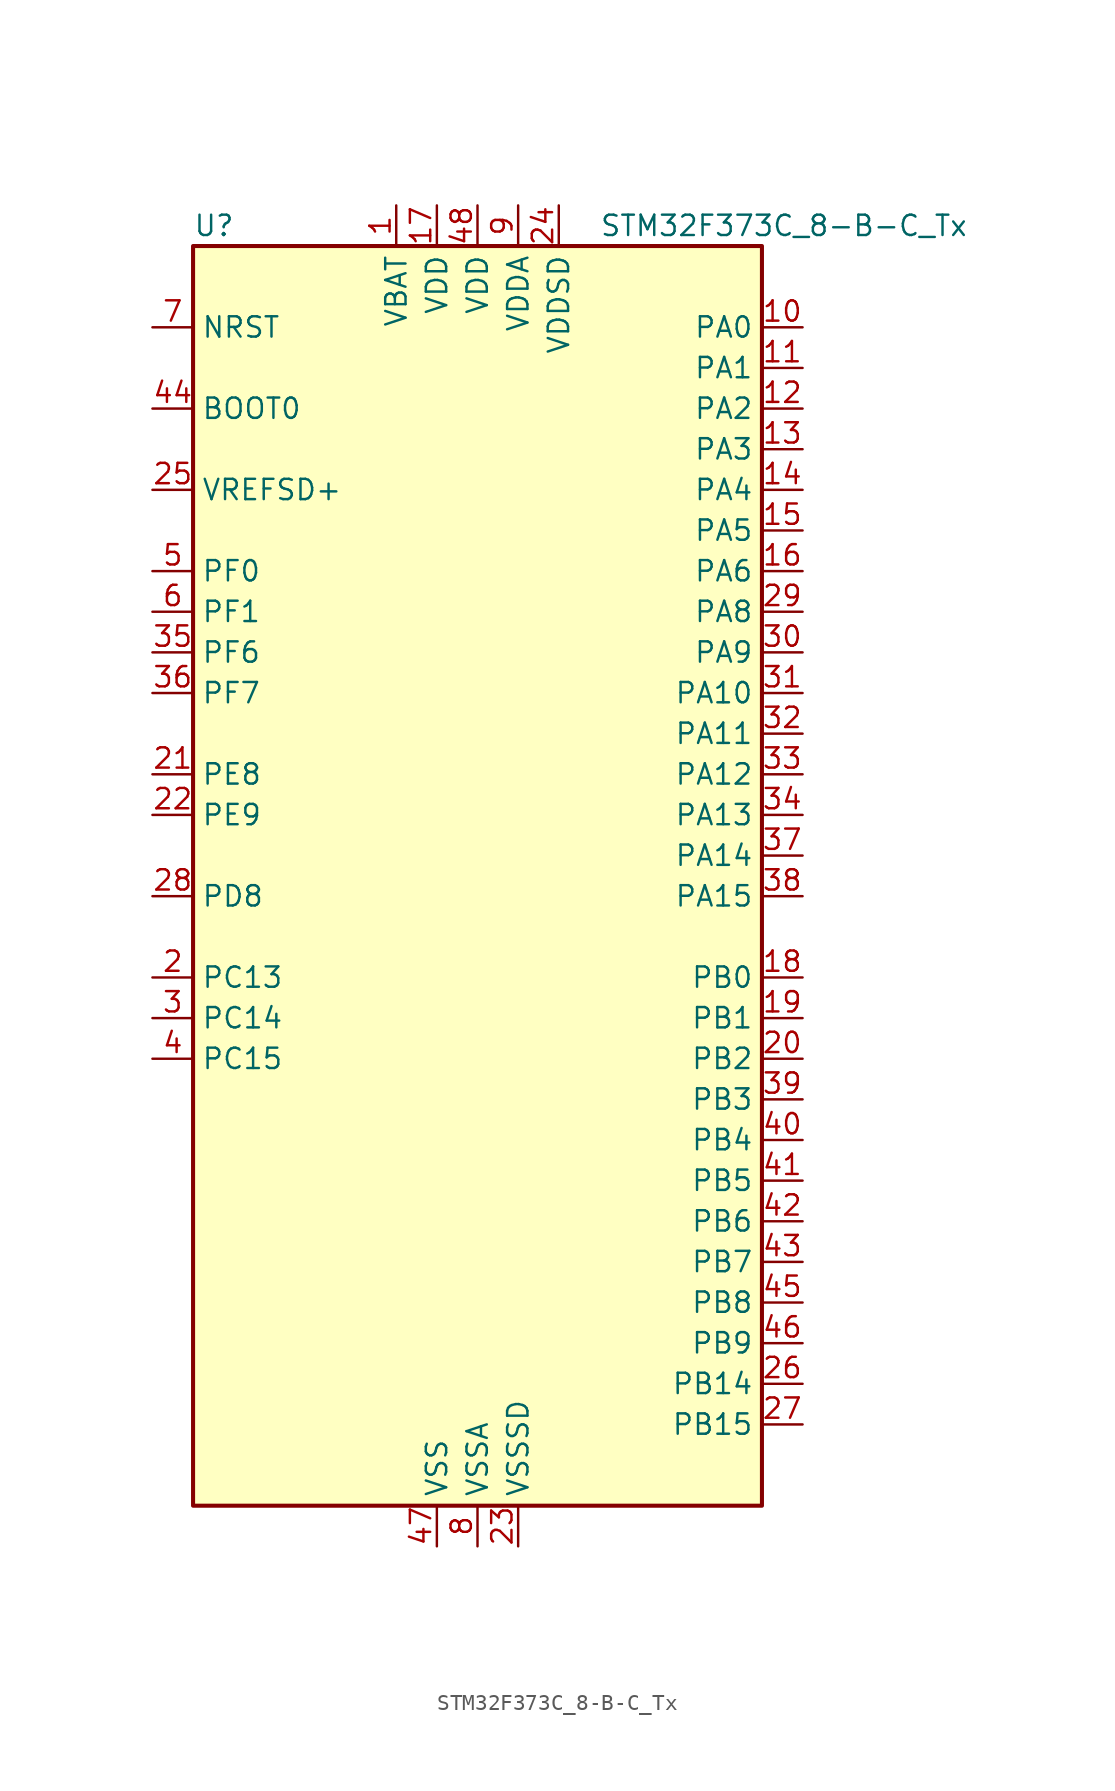
<source format=kicad_sym>
(kicad_symbol_lib
  (version 20241209)
  (generator "kicad_symbol_editor")
  (generator_version "9.0")
  (symbol "STM32F373C_8-B-C_Tx"
    (property "Reference" "U"
      (at -17.78 41.91 0)
      (effects (font (size 1.27 1.27)) (justify left)))
    (property "Value" "STM32F373C_8-B-C_Tx"
      (at 7.62 41.91 0)
      (effects (font (size 1.27 1.27)) (justify left)))
    (symbol "STM32F373C_8-B-C_Tx_0_1"
      (rectangle (start -17.78 -38.1) (end 17.78 40.64) (stroke (width 0.254) (type default)) (fill (type background))))
    (symbol "STM32F373C_8-B-C_Tx_1_1"
      (pin input line (at -20.32 35.56 0) (length 2.54) (name "NRST" (effects (font (size 1.27 1.27)))) (number "7" (effects (font (size 1.27 1.27)))))
      (pin input line (at -20.32 30.48 0) (length 2.54) (name "BOOT0" (effects (font (size 1.27 1.27)))) (number "44" (effects (font (size 1.27 1.27)))))
      (pin input line (at -20.32 25.4 0) (length 2.54) (name "VREFSD+" (effects (font (size 1.27 1.27)))) (number "25" (effects (font (size 1.27 1.27)))))
      (pin bidirectional line (at -20.32 20.32 0) (length 2.54) (name "PF0" (effects (font (size 1.27 1.27)))) (number "5" (effects (font (size 1.27 1.27)))) (alternate "I2C2_SDA" bidirectional line) (alternate "RCC_OSC_IN" bidirectional line))
      (pin bidirectional line (at -20.32 17.78 0) (length 2.54) (name "PF1" (effects (font (size 1.27 1.27)))) (number "6" (effects (font (size 1.27 1.27)))) (alternate "I2C2_SCL" bidirectional line) (alternate "RCC_OSC_OUT" bidirectional line))
      (pin bidirectional line (at -20.32 15.24 0) (length 2.54) (name "PF6" (effects (font (size 1.27 1.27)))) (number "35" (effects (font (size 1.27 1.27)))) (alternate "I2C2_SCL" bidirectional line) (alternate "I2S1_SD" bidirectional line) (alternate "SPI1_MOSI" bidirectional line) (alternate "TIM4_CH4" bidirectional line) (alternate "USART3_DE" bidirectional line) (alternate "USART3_RTS" bidirectional line))
      (pin bidirectional line (at -20.32 12.7 0) (length 2.54) (name "PF7" (effects (font (size 1.27 1.27)))) (number "36" (effects (font (size 1.27 1.27)))) (alternate "I2C2_SDA" bidirectional line) (alternate "USART2_CK" bidirectional line))
      (pin bidirectional line (at -20.32 7.62 0) (length 2.54) (name "PE8" (effects (font (size 1.27 1.27)))) (number "21" (effects (font (size 1.27 1.27)))) (alternate "SDADC1_AIN8P" bidirectional line) (alternate "SDADC2_AIN8P" bidirectional line))
      (pin bidirectional line (at -20.32 5.08 0) (length 2.54) (name "PE9" (effects (font (size 1.27 1.27)))) (number "22" (effects (font (size 1.27 1.27)))) (alternate "DAC1_EXTI9" bidirectional line) (alternate "DAC2_EXTI9" bidirectional line) (alternate "SDADC1_AIN7P" bidirectional line) (alternate "SDADC1_AIN8M" bidirectional line) (alternate "SDADC2_AIN7P" bidirectional line) (alternate "SDADC2_AIN8M" bidirectional line))
      (pin bidirectional line (at -20.32 0 0) (length 2.54) (name "PD8" (effects (font (size 1.27 1.27)))) (number "28" (effects (font (size 1.27 1.27)))) (alternate "I2S2_CK" bidirectional line) (alternate "SDADC3_AIN6P" bidirectional line) (alternate "SPI2_SCK" bidirectional line) (alternate "TSC_G6_IO3" bidirectional line) (alternate "USART3_TX" bidirectional line))
      (pin bidirectional line (at -20.32 -5.08 0) (length 2.54) (name "PC13" (effects (font (size 1.27 1.27)))) (number "2" (effects (font (size 1.27 1.27)))) (alternate "RTC_OUT_ALARM" bidirectional line) (alternate "RTC_OUT_CALIB" bidirectional line) (alternate "RTC_TAMP1" bidirectional line) (alternate "RTC_TS" bidirectional line) (alternate "SYS_WKUP2" bidirectional line))
      (pin bidirectional line (at -20.32 -7.62 0) (length 2.54) (name "PC14" (effects (font (size 1.27 1.27)))) (number "3" (effects (font (size 1.27 1.27)))) (alternate "RCC_OSC32_IN" bidirectional line))
      (pin bidirectional line (at -20.32 -10.16 0) (length 2.54) (name "PC15" (effects (font (size 1.27 1.27)))) (number "4" (effects (font (size 1.27 1.27)))) (alternate "ADC1_EXTI15" bidirectional line) (alternate "RCC_OSC32_OUT" bidirectional line) (alternate "SDADC1_EXTI15" bidirectional line) (alternate "SDADC2_EXTI15" bidirectional line) (alternate "SDADC3_EXTI15" bidirectional line))
      (pin power_in line (at -5.08 43.18 270) (length 2.54) (name "VBAT" (effects (font (size 1.27 1.27)))) (number "1" (effects (font (size 1.27 1.27)))))
      (pin power_in line (at -2.54 43.18 270) (length 2.54) (name "VDD" (effects (font (size 1.27 1.27)))) (number "17" (effects (font (size 1.27 1.27)))))
      (pin power_in line (at -2.54 -40.64 90) (length 2.54) (name "VSS" (effects (font (size 1.27 1.27)))) (number "47" (effects (font (size 1.27 1.27)))))
      (pin power_in line (at 0 43.18 270) (length 2.54) (name "VDD" (effects (font (size 1.27 1.27)))) (number "48" (effects (font (size 1.27 1.27)))))
      (pin power_in line (at 0 -40.64 90) (length 2.54) (name "VSSA" (effects (font (size 1.27 1.27)))) (number "8" (effects (font (size 1.27 1.27)))))
      (pin power_in line (at 2.54 43.18 270) (length 2.54) (name "VDDA" (effects (font (size 1.27 1.27)))) (number "9" (effects (font (size 1.27 1.27)))))
      (pin power_in line (at 2.54 -40.64 90) (length 2.54) (name "VSSSD" (effects (font (size 1.27 1.27)))) (number "23" (effects (font (size 1.27 1.27)))))
      (pin power_in line (at 5.08 43.18 270) (length 2.54) (name "VDDSD" (effects (font (size 1.27 1.27)))) (number "24" (effects (font (size 1.27 1.27)))))
      (pin bidirectional line (at 20.32 35.56 180) (length 2.54) (name "PA0" (effects (font (size 1.27 1.27)))) (number "10" (effects (font (size 1.27 1.27)))) (alternate "ADC1_IN0" bidirectional line) (alternate "COMP1_INM" bidirectional line) (alternate "COMP1_OUT" bidirectional line) (alternate "RTC_TAMP2" bidirectional line) (alternate "SYS_WKUP1" bidirectional line) (alternate "TIM19_CH1" bidirectional line) (alternate "TIM2_CH1" bidirectional line) (alternate "TIM2_ETR" bidirectional line) (alternate "TIM5_CH1" bidirectional line) (alternate "TIM5_ETR" bidirectional line) (alternate "TSC_G1_IO1" bidirectional line) (alternate "USART2_CTS" bidirectional line))
      (pin bidirectional line (at 20.32 33.02 180) (length 2.54) (name "PA1" (effects (font (size 1.27 1.27)))) (number "11" (effects (font (size 1.27 1.27)))) (alternate "ADC1_IN1" bidirectional line) (alternate "COMP1_INP" bidirectional line) (alternate "I2S3_CK" bidirectional line) (alternate "RTC_REFIN" bidirectional line) (alternate "SPI3_SCK" bidirectional line) (alternate "TIM15_CH1N" bidirectional line) (alternate "TIM19_CH2" bidirectional line) (alternate "TIM2_CH2" bidirectional line) (alternate "TIM5_CH2" bidirectional line) (alternate "TSC_G1_IO2" bidirectional line) (alternate "USART2_DE" bidirectional line) (alternate "USART2_RTS" bidirectional line))
      (pin bidirectional line (at 20.32 30.48 180) (length 2.54) (name "PA2" (effects (font (size 1.27 1.27)))) (number "12" (effects (font (size 1.27 1.27)))) (alternate "ADC1_IN2" bidirectional line) (alternate "COMP2_INM" bidirectional line) (alternate "COMP2_OUT" bidirectional line) (alternate "I2S3_MCK" bidirectional line) (alternate "SPI3_MISO" bidirectional line) (alternate "TIM15_CH1" bidirectional line) (alternate "TIM19_CH3" bidirectional line) (alternate "TIM2_CH3" bidirectional line) (alternate "TIM5_CH3" bidirectional line) (alternate "TSC_G1_IO3" bidirectional line) (alternate "USART2_TX" bidirectional line))
      (pin bidirectional line (at 20.32 27.94 180) (length 2.54) (name "PA3" (effects (font (size 1.27 1.27)))) (number "13" (effects (font (size 1.27 1.27)))) (alternate "ADC1_IN3" bidirectional line) (alternate "COMP2_INP" bidirectional line) (alternate "I2S3_SD" bidirectional line) (alternate "SPI3_MOSI" bidirectional line) (alternate "TIM15_CH2" bidirectional line) (alternate "TIM19_CH4" bidirectional line) (alternate "TIM2_CH4" bidirectional line) (alternate "TIM5_CH4" bidirectional line) (alternate "TSC_G1_IO4" bidirectional line) (alternate "USART2_RX" bidirectional line))
      (pin bidirectional line (at 20.32 25.4 180) (length 2.54) (name "PA4" (effects (font (size 1.27 1.27)))) (number "14" (effects (font (size 1.27 1.27)))) (alternate "ADC1_IN4" bidirectional line) (alternate "DAC1_OUT1" bidirectional line) (alternate "I2S1_WS" bidirectional line) (alternate "I2S3_WS" bidirectional line) (alternate "SPI1_NSS" bidirectional line) (alternate "SPI3_NSS" bidirectional line) (alternate "TIM12_CH1" bidirectional line) (alternate "TIM3_CH2" bidirectional line) (alternate "TSC_G2_IO1" bidirectional line) (alternate "USART2_CK" bidirectional line))
      (pin bidirectional line (at 20.32 22.86 180) (length 2.54) (name "PA5" (effects (font (size 1.27 1.27)))) (number "15" (effects (font (size 1.27 1.27)))) (alternate "ADC1_IN5" bidirectional line) (alternate "CEC" bidirectional line) (alternate "DAC1_OUT2" bidirectional line) (alternate "I2S1_CK" bidirectional line) (alternate "SPI1_SCK" bidirectional line) (alternate "TIM12_CH2" bidirectional line) (alternate "TIM14_CH1" bidirectional line) (alternate "TIM2_CH1" bidirectional line) (alternate "TIM2_ETR" bidirectional line) (alternate "TSC_G2_IO2" bidirectional line))
      (pin bidirectional line (at 20.32 20.32 180) (length 2.54) (name "PA6" (effects (font (size 1.27 1.27)))) (number "16" (effects (font (size 1.27 1.27)))) (alternate "ADC1_IN6" bidirectional line) (alternate "COMP1_OUT" bidirectional line) (alternate "DAC2_OUT1" bidirectional line) (alternate "I2S1_MCK" bidirectional line) (alternate "SPI1_MISO" bidirectional line) (alternate "TIM13_CH1" bidirectional line) (alternate "TIM16_CH1" bidirectional line) (alternate "TIM3_CH1" bidirectional line) (alternate "TSC_G2_IO3" bidirectional line))
      (pin bidirectional line (at 20.32 17.78 180) (length 2.54) (name "PA8" (effects (font (size 1.27 1.27)))) (number "29" (effects (font (size 1.27 1.27)))) (alternate "I2C2_SMBA" bidirectional line) (alternate "I2S2_CK" bidirectional line) (alternate "RCC_MCO" bidirectional line) (alternate "SPI2_SCK" bidirectional line) (alternate "TIM4_ETR" bidirectional line) (alternate "TIM5_CH1" bidirectional line) (alternate "TIM5_ETR" bidirectional line) (alternate "USART1_CK" bidirectional line))
      (pin bidirectional line (at 20.32 15.24 180) (length 2.54) (name "PA9" (effects (font (size 1.27 1.27)))) (number "30" (effects (font (size 1.27 1.27)))) (alternate "DAC1_EXTI9" bidirectional line) (alternate "DAC2_EXTI9" bidirectional line) (alternate "I2C2_SCL" bidirectional line) (alternate "I2S2_MCK" bidirectional line) (alternate "SPI2_MISO" bidirectional line) (alternate "TIM13_CH1" bidirectional line) (alternate "TIM15_BKIN" bidirectional line) (alternate "TIM2_CH3" bidirectional line) (alternate "TSC_G4_IO1" bidirectional line) (alternate "USART1_TX" bidirectional line))
      (pin bidirectional line (at 20.32 12.7 180) (length 2.54) (name "PA10" (effects (font (size 1.27 1.27)))) (number "31" (effects (font (size 1.27 1.27)))) (alternate "I2C2_SDA" bidirectional line) (alternate "I2S2_SD" bidirectional line) (alternate "SPI2_MOSI" bidirectional line) (alternate "TIM14_CH1" bidirectional line) (alternate "TIM17_BKIN" bidirectional line) (alternate "TIM2_CH4" bidirectional line) (alternate "TSC_G4_IO2" bidirectional line) (alternate "USART1_RX" bidirectional line))
      (pin bidirectional line (at 20.32 10.16 180) (length 2.54) (name "PA11" (effects (font (size 1.27 1.27)))) (number "32" (effects (font (size 1.27 1.27)))) (alternate "ADC1_EXTI11" bidirectional line) (alternate "CAN_RX" bidirectional line) (alternate "COMP1_OUT" bidirectional line) (alternate "I2S1_WS" bidirectional line) (alternate "I2S2_WS" bidirectional line) (alternate "SDADC1_EXTI11" bidirectional line) (alternate "SDADC2_EXTI11" bidirectional line) (alternate "SDADC3_EXTI11" bidirectional line) (alternate "SPI1_NSS" bidirectional line) (alternate "SPI2_NSS" bidirectional line) (alternate "TIM4_CH1" bidirectional line) (alternate "TIM5_CH2" bidirectional line) (alternate "USART1_CTS" bidirectional line) (alternate "USB_DM" bidirectional line))
      (pin bidirectional line (at 20.32 7.62 180) (length 2.54) (name "PA12" (effects (font (size 1.27 1.27)))) (number "33" (effects (font (size 1.27 1.27)))) (alternate "CAN_TX" bidirectional line) (alternate "COMP2_OUT" bidirectional line) (alternate "I2S1_CK" bidirectional line) (alternate "SPI1_SCK" bidirectional line) (alternate "TIM16_CH1" bidirectional line) (alternate "TIM4_CH2" bidirectional line) (alternate "TIM5_CH3" bidirectional line) (alternate "USART1_DE" bidirectional line) (alternate "USART1_RTS" bidirectional line) (alternate "USB_DP" bidirectional line))
      (pin bidirectional line (at 20.32 5.08 180) (length 2.54) (name "PA13" (effects (font (size 1.27 1.27)))) (number "34" (effects (font (size 1.27 1.27)))) (alternate "I2S1_MCK" bidirectional line) (alternate "IR_OUT" bidirectional line) (alternate "SPI1_MISO" bidirectional line) (alternate "SYS_JTMS-SWDIO" bidirectional line) (alternate "TIM16_CH1N" bidirectional line) (alternate "TIM4_CH3" bidirectional line) (alternate "TIM5_CH4" bidirectional line) (alternate "TSC_G4_IO3" bidirectional line) (alternate "USART3_CTS" bidirectional line))
      (pin bidirectional line (at 20.32 2.54 180) (length 2.54) (name "PA14" (effects (font (size 1.27 1.27)))) (number "37" (effects (font (size 1.27 1.27)))) (alternate "I2C1_SDA" bidirectional line) (alternate "SYS_JTCK-SWCLK" bidirectional line) (alternate "TIM12_CH1" bidirectional line) (alternate "TSC_G4_IO4" bidirectional line))
      (pin bidirectional line (at 20.32 0 180) (length 2.54) (name "PA15" (effects (font (size 1.27 1.27)))) (number "38" (effects (font (size 1.27 1.27)))) (alternate "ADC1_EXTI15" bidirectional line) (alternate "I2C1_SCL" bidirectional line) (alternate "I2S1_WS" bidirectional line) (alternate "I2S3_WS" bidirectional line) (alternate "SDADC1_EXTI15" bidirectional line) (alternate "SDADC2_EXTI15" bidirectional line) (alternate "SDADC3_EXTI15" bidirectional line) (alternate "SPI1_NSS" bidirectional line) (alternate "SPI3_NSS" bidirectional line) (alternate "SYS_JTDI" bidirectional line) (alternate "TIM12_CH2" bidirectional line) (alternate "TIM2_CH1" bidirectional line) (alternate "TIM2_ETR" bidirectional line) (alternate "TSC_SYNC" bidirectional line))
      (pin bidirectional line (at 20.32 -5.08 180) (length 2.54) (name "PB0" (effects (font (size 1.27 1.27)))) (number "18" (effects (font (size 1.27 1.27)))) (alternate "ADC1_IN8" bidirectional line) (alternate "I2S1_SD" bidirectional line) (alternate "SDADC1_AIN6P" bidirectional line) (alternate "SPI1_MOSI" bidirectional line) (alternate "TIM3_CH2" bidirectional line) (alternate "TIM3_CH3" bidirectional line) (alternate "TSC_G3_IO3" bidirectional line))
      (pin bidirectional line (at 20.32 -7.62 180) (length 2.54) (name "PB1" (effects (font (size 1.27 1.27)))) (number "19" (effects (font (size 1.27 1.27)))) (alternate "ADC1_IN9" bidirectional line) (alternate "SDADC1_AIN5P" bidirectional line) (alternate "SDADC1_AIN6M" bidirectional line) (alternate "TIM3_CH4" bidirectional line) (alternate "TSC_G3_IO4" bidirectional line))
      (pin bidirectional line (at 20.32 -10.16 180) (length 2.54) (name "PB2" (effects (font (size 1.27 1.27)))) (number "20" (effects (font (size 1.27 1.27)))) (alternate "SDADC1_AIN4P" bidirectional line) (alternate "SDADC2_AIN6P" bidirectional line))
      (pin bidirectional line (at 20.32 -12.7 180) (length 2.54) (name "PB3" (effects (font (size 1.27 1.27)))) (number "39" (effects (font (size 1.27 1.27)))) (alternate "I2S1_CK" bidirectional line) (alternate "I2S3_CK" bidirectional line) (alternate "SPI1_SCK" bidirectional line) (alternate "SPI3_SCK" bidirectional line) (alternate "SYS_JTDO-TRACESWO" bidirectional line) (alternate "TIM13_CH1" bidirectional line) (alternate "TIM2_CH2" bidirectional line) (alternate "TIM3_ETR" bidirectional line) (alternate "TIM4_ETR" bidirectional line) (alternate "TSC_G5_IO1" bidirectional line) (alternate "USART2_TX" bidirectional line))
      (pin bidirectional line (at 20.32 -15.24 180) (length 2.54) (name "PB4" (effects (font (size 1.27 1.27)))) (number "40" (effects (font (size 1.27 1.27)))) (alternate "I2S1_MCK" bidirectional line) (alternate "I2S3_MCK" bidirectional line) (alternate "SPI1_MISO" bidirectional line) (alternate "SPI3_MISO" bidirectional line) (alternate "SYS_NJTRST" bidirectional line) (alternate "TIM15_CH1N" bidirectional line) (alternate "TIM16_CH1" bidirectional line) (alternate "TIM17_BKIN" bidirectional line) (alternate "TIM3_CH1" bidirectional line) (alternate "TSC_G5_IO2" bidirectional line) (alternate "USART2_RX" bidirectional line))
      (pin bidirectional line (at 20.32 -17.78 180) (length 2.54) (name "PB5" (effects (font (size 1.27 1.27)))) (number "41" (effects (font (size 1.27 1.27)))) (alternate "I2C1_SMBA" bidirectional line) (alternate "I2S1_SD" bidirectional line) (alternate "I2S3_SD" bidirectional line) (alternate "SPI1_MOSI" bidirectional line) (alternate "SPI3_MOSI" bidirectional line) (alternate "TIM16_BKIN" bidirectional line) (alternate "TIM17_CH1" bidirectional line) (alternate "TIM19_ETR" bidirectional line) (alternate "TIM3_CH2" bidirectional line) (alternate "USART2_CK" bidirectional line))
      (pin bidirectional line (at 20.32 -20.32 180) (length 2.54) (name "PB6" (effects (font (size 1.27 1.27)))) (number "42" (effects (font (size 1.27 1.27)))) (alternate "I2C1_SCL" bidirectional line) (alternate "TIM15_CH1" bidirectional line) (alternate "TIM16_CH1N" bidirectional line) (alternate "TIM19_CH1" bidirectional line) (alternate "TIM3_CH3" bidirectional line) (alternate "TIM4_CH1" bidirectional line) (alternate "TSC_G5_IO3" bidirectional line) (alternate "USART1_TX" bidirectional line))
      (pin bidirectional line (at 20.32 -22.86 180) (length 2.54) (name "PB7" (effects (font (size 1.27 1.27)))) (number "43" (effects (font (size 1.27 1.27)))) (alternate "I2C1_SDA" bidirectional line) (alternate "TIM15_CH2" bidirectional line) (alternate "TIM17_CH1N" bidirectional line) (alternate "TIM19_CH2" bidirectional line) (alternate "TIM3_CH4" bidirectional line) (alternate "TIM4_CH2" bidirectional line) (alternate "TSC_G5_IO4" bidirectional line) (alternate "USART1_RX" bidirectional line))
      (pin bidirectional line (at 20.32 -25.4 180) (length 2.54) (name "PB8" (effects (font (size 1.27 1.27)))) (number "45" (effects (font (size 1.27 1.27)))) (alternate "CAN_RX" bidirectional line) (alternate "CEC" bidirectional line) (alternate "COMP1_OUT" bidirectional line) (alternate "I2C1_SCL" bidirectional line) (alternate "I2S2_CK" bidirectional line) (alternate "SPI2_SCK" bidirectional line) (alternate "TIM16_CH1" bidirectional line) (alternate "TIM19_CH3" bidirectional line) (alternate "TIM4_CH3" bidirectional line) (alternate "TSC_SYNC" bidirectional line) (alternate "USART3_TX" bidirectional line))
      (pin bidirectional line (at 20.32 -27.94 180) (length 2.54) (name "PB9" (effects (font (size 1.27 1.27)))) (number "46" (effects (font (size 1.27 1.27)))) (alternate "CAN_TX" bidirectional line) (alternate "COMP2_OUT" bidirectional line) (alternate "DAC1_EXTI9" bidirectional line) (alternate "DAC2_EXTI9" bidirectional line) (alternate "I2C1_SDA" bidirectional line) (alternate "I2S2_WS" bidirectional line) (alternate "IR_OUT" bidirectional line) (alternate "SPI2_NSS" bidirectional line) (alternate "TIM17_CH1" bidirectional line) (alternate "TIM19_CH4" bidirectional line) (alternate "TIM4_CH4" bidirectional line) (alternate "USART3_RX" bidirectional line))
      (pin bidirectional line (at 20.32 -30.48 180) (length 2.54) (name "PB14" (effects (font (size 1.27 1.27)))) (number "26" (effects (font (size 1.27 1.27)))) (alternate "I2S2_MCK" bidirectional line) (alternate "SDADC3_AIN8P" bidirectional line) (alternate "SPI2_MISO" bidirectional line) (alternate "TIM12_CH1" bidirectional line) (alternate "TIM15_CH1" bidirectional line) (alternate "TSC_G6_IO1" bidirectional line) (alternate "USART3_DE" bidirectional line) (alternate "USART3_RTS" bidirectional line))
      (pin bidirectional line (at 20.32 -33.02 180) (length 2.54) (name "PB15" (effects (font (size 1.27 1.27)))) (number "27" (effects (font (size 1.27 1.27)))) (alternate "ADC1_EXTI15" bidirectional line) (alternate "I2S2_SD" bidirectional line) (alternate "RTC_REFIN" bidirectional line) (alternate "SDADC1_EXTI15" bidirectional line) (alternate "SDADC2_EXTI15" bidirectional line) (alternate "SDADC3_AIN7P" bidirectional line) (alternate "SDADC3_AIN8M" bidirectional line) (alternate "SDADC3_EXTI15" bidirectional line) (alternate "SPI2_MOSI" bidirectional line) (alternate "TIM12_CH2" bidirectional line) (alternate "TIM15_CH1N" bidirectional line) (alternate "TIM15_CH2" bidirectional line) (alternate "TSC_G6_IO2" bidirectional line)))))
</source>
